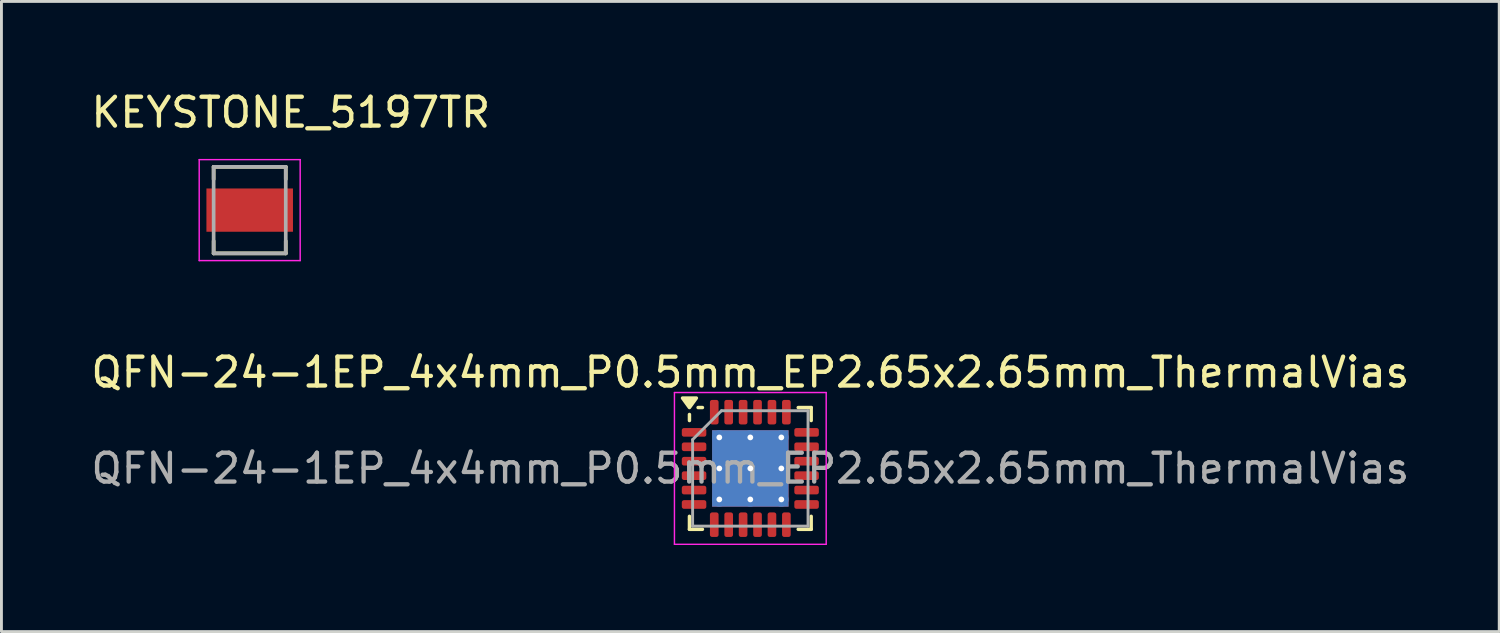
<source format=kicad_pcb>
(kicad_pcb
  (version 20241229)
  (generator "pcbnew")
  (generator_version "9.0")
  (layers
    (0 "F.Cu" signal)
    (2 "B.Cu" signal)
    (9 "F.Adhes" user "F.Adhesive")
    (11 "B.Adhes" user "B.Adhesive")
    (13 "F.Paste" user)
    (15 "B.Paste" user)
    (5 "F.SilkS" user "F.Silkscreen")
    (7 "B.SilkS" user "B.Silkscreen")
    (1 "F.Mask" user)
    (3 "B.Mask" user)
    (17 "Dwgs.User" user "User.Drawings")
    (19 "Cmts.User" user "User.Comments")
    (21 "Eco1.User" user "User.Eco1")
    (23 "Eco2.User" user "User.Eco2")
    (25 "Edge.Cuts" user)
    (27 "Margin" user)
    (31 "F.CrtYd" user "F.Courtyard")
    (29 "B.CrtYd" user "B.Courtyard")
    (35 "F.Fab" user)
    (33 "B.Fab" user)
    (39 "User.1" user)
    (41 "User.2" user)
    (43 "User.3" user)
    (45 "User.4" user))
  (footprint "KEYSTONE_5197TR"
    (layer "F.Cu")
    (at 5.605 4.233)
    (property "Reference" "KEYSTONE_5197TR" (at 1.425 -3.385 0) (layer "F.SilkS") (effects (font (size 1 1) (thickness 0.15))))
    (attr smd)
    (fp_line (start -1.25 -1.5) (end -1.25 -1.07) (stroke (width 0.127) (type solid)) (layer "F.SilkS"))
    (fp_line (start -1.25 1.5) (end -1.25 1.07) (stroke (width 0.127) (type solid)) (layer "F.SilkS"))
    (fp_line (start -1.25 1.5) (end 1.25 1.5) (stroke (width 0.127) (type solid)) (layer "F.SilkS"))
    (fp_line (start 1.25 -1.5) (end -1.25 -1.5) (stroke (width 0.127) (type solid)) (layer "F.SilkS"))
    (fp_line (start 1.25 -1.07) (end 1.25 -1.5) (stroke (width 0.127) (type solid)) (layer "F.SilkS"))
    (fp_line (start 1.25 1.5) (end 1.25 1.07) (stroke (width 0.127) (type solid)) (layer "F.SilkS"))
    (fp_line (start -1.75 -1.75) (end -1.75 1.75) (stroke (width 0.05) (type solid)) (layer "F.CrtYd"))
    (fp_line (start -1.75 1.75) (end 1.75 1.75) (stroke (width 0.05) (type solid)) (layer "F.CrtYd"))
    (fp_line (start 1.75 -1.75) (end -1.75 -1.75) (stroke (width 0.05) (type solid)) (layer "F.CrtYd"))
    (fp_line (start 1.75 1.75) (end 1.75 -1.75) (stroke (width 0.05) (type solid)) (layer "F.CrtYd"))
    (fp_line (start -1.25 -1.5) (end -1.25 1.5) (stroke (width 0.127) (type solid)) (layer "F.Fab"))
    (fp_line (start -1.25 1.5) (end 1.25 1.5) (stroke (width 0.127) (type solid)) (layer "F.Fab"))
    (fp_line (start 1.25 -1.5) (end -1.25 -1.5) (stroke (width 0.127) (type solid)) (layer "F.Fab"))
    (fp_line (start 1.25 1.5) (end 1.25 -1.5) (stroke (width 0.127) (type solid)) (layer "F.Fab"))
    (pad "1" smd rect (at 0 0) (size 3 1.5) (layers "F.Cu" "F.Mask" "F.Paste")))
  (footprint "QFN-24-1EP_4x4mm_P0.5mm_EP2.65x2.65mm_ThermalVias"
    (layer "F.Cu")
    (at 22.958 13.187)
    (property "Reference" "QFN-24-1EP_4x4mm_P0.5mm_EP2.65x2.65mm_ThermalVias" (at 0 -3.33 0) (layer "F.SilkS") (effects (font (size 1 1) (thickness 0.15))))
    (attr smd)
    (fp_line (start -2.11 -1.66) (end -2.11 -1.87) (stroke (width 0.12) (type solid)) (layer "F.SilkS"))
    (fp_line (start -2.11 2.11) (end -2.11 1.66) (stroke (width 0.12) (type solid)) (layer "F.SilkS"))
    (fp_line (start -1.66 -2.11) (end -1.81 -2.11) (stroke (width 0.12) (type solid)) (layer "F.SilkS"))
    (fp_line (start -1.66 2.11) (end -2.11 2.11) (stroke (width 0.12) (type solid)) (layer "F.SilkS"))
    (fp_line (start 1.66 -2.11) (end 2.11 -2.11) (stroke (width 0.12) (type solid)) (layer "F.SilkS"))
    (fp_line (start 1.66 2.11) (end 2.11 2.11) (stroke (width 0.12) (type solid)) (layer "F.SilkS"))
    (fp_line (start 2.11 -2.11) (end 2.11 -1.66) (stroke (width 0.12) (type solid)) (layer "F.SilkS"))
    (fp_line (start 2.11 2.11) (end 2.11 1.66) (stroke (width 0.12) (type solid)) (layer "F.SilkS"))
    (fp_poly (pts (xy -2.11 -2.11) (xy -2.35 -2.44) (xy -1.87 -2.44) (xy -2.11 -2.11)) (stroke (width 0.12) (type solid)) (fill yes) (layer "F.SilkS"))
    (fp_line (start -2.63 -2.63) (end -2.63 2.63) (stroke (width 0.05) (type solid)) (layer "F.CrtYd"))
    (fp_line (start -2.63 2.63) (end 2.63 2.63) (stroke (width 0.05) (type solid)) (layer "F.CrtYd"))
    (fp_line (start 2.63 -2.63) (end -2.63 -2.63) (stroke (width 0.05) (type solid)) (layer "F.CrtYd"))
    (fp_line (start 2.63 2.63) (end 2.63 -2.63) (stroke (width 0.05) (type solid)) (layer "F.CrtYd"))
    (fp_line (start -2 -1) (end -1 -2) (stroke (width 0.1) (type solid)) (layer "F.Fab"))
    (fp_line (start -2 2) (end -2 -1) (stroke (width 0.1) (type solid)) (layer "F.Fab"))
    (fp_line (start -1 -2) (end 2 -2) (stroke (width 0.1) (type solid)) (layer "F.Fab"))
    (fp_line (start 2 -2) (end 2 2) (stroke (width 0.1) (type solid)) (layer "F.Fab"))
    (fp_line (start 2 2) (end -2 2) (stroke (width 0.1) (type solid)) (layer "F.Fab"))
    (fp_text user "${REFERENCE}" (at 0 0 0) (layer "F.Fab") (effects (font (size 1 1) (thickness 0.15))))
    (pad "" smd roundrect (at -0.66 -0.66) (size 1.15 1.15) (layers "F.Paste") (roundrect_rratio 0.217))
    (pad "" smd roundrect (at -0.66 0.66) (size 1.15 1.15) (layers "F.Paste") (roundrect_rratio 0.217))
    (pad "" smd roundrect (at 0.66 -0.66) (size 1.15 1.15) (layers "F.Paste") (roundrect_rratio 0.217))
    (pad "" smd roundrect (at 0.66 0.66) (size 1.15 1.15) (layers "F.Paste") (roundrect_rratio 0.217))
    (pad "1" smd roundrect (at -1.95 -1.25) (size 0.85 0.3) (layers "F.Cu" "F.Mask" "F.Paste") (roundrect_rratio 0.25))
    (pad "2" smd roundrect (at -1.95 -0.75) (size 0.85 0.3) (layers "F.Cu" "F.Mask" "F.Paste") (roundrect_rratio 0.25))
    (pad "3" smd roundrect (at -1.95 -0.25) (size 0.85 0.3) (layers "F.Cu" "F.Mask" "F.Paste") (roundrect_rratio 0.25))
    (pad "4" smd roundrect (at -1.95 0.25) (size 0.85 0.3) (layers "F.Cu" "F.Mask" "F.Paste") (roundrect_rratio 0.25))
    (pad "5" smd roundrect (at -1.95 0.75) (size 0.85 0.3) (layers "F.Cu" "F.Mask" "F.Paste") (roundrect_rratio 0.25))
    (pad "6" smd roundrect (at -1.95 1.25) (size 0.85 0.3) (layers "F.Cu" "F.Mask" "F.Paste") (roundrect_rratio 0.25))
    (pad "7" smd roundrect (at -1.25 1.95) (size 0.3 0.85) (layers "F.Cu" "F.Mask" "F.Paste") (roundrect_rratio 0.25))
    (pad "8" smd roundrect (at -0.75 1.95) (size 0.3 0.85) (layers "F.Cu" "F.Mask" "F.Paste") (roundrect_rratio 0.25))
    (pad "9" smd roundrect (at -0.25 1.95) (size 0.3 0.85) (layers "F.Cu" "F.Mask" "F.Paste") (roundrect_rratio 0.25))
    (pad "10" smd roundrect (at 0.25 1.95) (size 0.3 0.85) (layers "F.Cu" "F.Mask" "F.Paste") (roundrect_rratio 0.25))
    (pad "11" smd roundrect (at 0.75 1.95) (size 0.3 0.85) (layers "F.Cu" "F.Mask" "F.Paste") (roundrect_rratio 0.25))
    (pad "12" smd roundrect (at 1.25 1.95) (size 0.3 0.85) (layers "F.Cu" "F.Mask" "F.Paste") (roundrect_rratio 0.25))
    (pad "13" smd roundrect (at 1.95 1.25) (size 0.85 0.3) (layers "F.Cu" "F.Mask" "F.Paste") (roundrect_rratio 0.25))
    (pad "14" smd roundrect (at 1.95 0.75) (size 0.85 0.3) (layers "F.Cu" "F.Mask" "F.Paste") (roundrect_rratio 0.25))
    (pad "15" smd roundrect (at 1.95 0.25) (size 0.85 0.3) (layers "F.Cu" "F.Mask" "F.Paste") (roundrect_rratio 0.25))
    (pad "16" smd roundrect (at 1.95 -0.25) (size 0.85 0.3) (layers "F.Cu" "F.Mask" "F.Paste") (roundrect_rratio 0.25))
    (pad "17" smd roundrect (at 1.95 -0.75) (size 0.85 0.3) (layers "F.Cu" "F.Mask" "F.Paste") (roundrect_rratio 0.25))
    (pad "18" smd roundrect (at 1.95 -1.25) (size 0.85 0.3) (layers "F.Cu" "F.Mask" "F.Paste") (roundrect_rratio 0.25))
    (pad "19" smd roundrect (at 1.25 -1.95) (size 0.3 0.85) (layers "F.Cu" "F.Mask" "F.Paste") (roundrect_rratio 0.25))
    (pad "20" smd roundrect (at 0.75 -1.95) (size 0.3 0.85) (layers "F.Cu" "F.Mask" "F.Paste") (roundrect_rratio 0.25))
    (pad "21" smd roundrect (at 0.25 -1.95) (size 0.3 0.85) (layers "F.Cu" "F.Mask" "F.Paste") (roundrect_rratio 0.25))
    (pad "22" smd roundrect (at -0.25 -1.95) (size 0.3 0.85) (layers "F.Cu" "F.Mask" "F.Paste") (roundrect_rratio 0.25))
    (pad "23" smd roundrect (at -0.75 -1.95) (size 0.3 0.85) (layers "F.Cu" "F.Mask" "F.Paste") (roundrect_rratio 0.25))
    (pad "24" smd roundrect (at -1.25 -1.95) (size 0.3 0.85) (layers "F.Cu" "F.Mask" "F.Paste") (roundrect_rratio 0.25))
    (pad "25" thru_hole circle (at -1.075 -1.075) (size 0.5 0.5) (drill 0.2) (property pad_prop_heatsink) (layers "*.Cu"))
    (pad "25" thru_hole circle (at -1.075 0) (size 0.5 0.5) (drill 0.2) (property pad_prop_heatsink) (layers "*.Cu"))
    (pad "25" thru_hole circle (at -1.075 1.075) (size 0.5 0.5) (drill 0.2) (property pad_prop_heatsink) (layers "*.Cu"))
    (pad "25" thru_hole circle (at 0 -1.075) (size 0.5 0.5) (drill 0.2) (property pad_prop_heatsink) (layers "*.Cu"))
    (pad "25" thru_hole circle (at 0 0) (size 0.5 0.5) (drill 0.2) (property pad_prop_heatsink) (layers "*.Cu"))
    (pad "25" smd rect (at 0 0) (size 2.65 2.65) (property pad_prop_heatsink) (layers "F.Cu" "F.Mask"))
    (pad "25" smd rect (at 0 0) (size 2.65 2.65) (property pad_prop_heatsink) (layers "B.Cu"))
    (pad "25" thru_hole circle (at 0 1.075) (size 0.5 0.5) (drill 0.2) (property pad_prop_heatsink) (layers "*.Cu"))
    (pad "25" thru_hole circle (at 1.075 -1.075) (size 0.5 0.5) (drill 0.2) (property pad_prop_heatsink) (layers "*.Cu"))
    (pad "25" thru_hole circle (at 1.075 0) (size 0.5 0.5) (drill 0.2) (property pad_prop_heatsink) (layers "*.Cu"))
    (pad "25" thru_hole circle (at 1.075 1.075) (size 0.5 0.5) (drill 0.2) (property pad_prop_heatsink) (layers "*.Cu")))
  (gr_rect
    (start -3 -3)
    (end 48.917 18.841)
    (stroke (width 0.1) (type default))
    (fill no)
    (layer "Edge.Cuts")))
</source>
